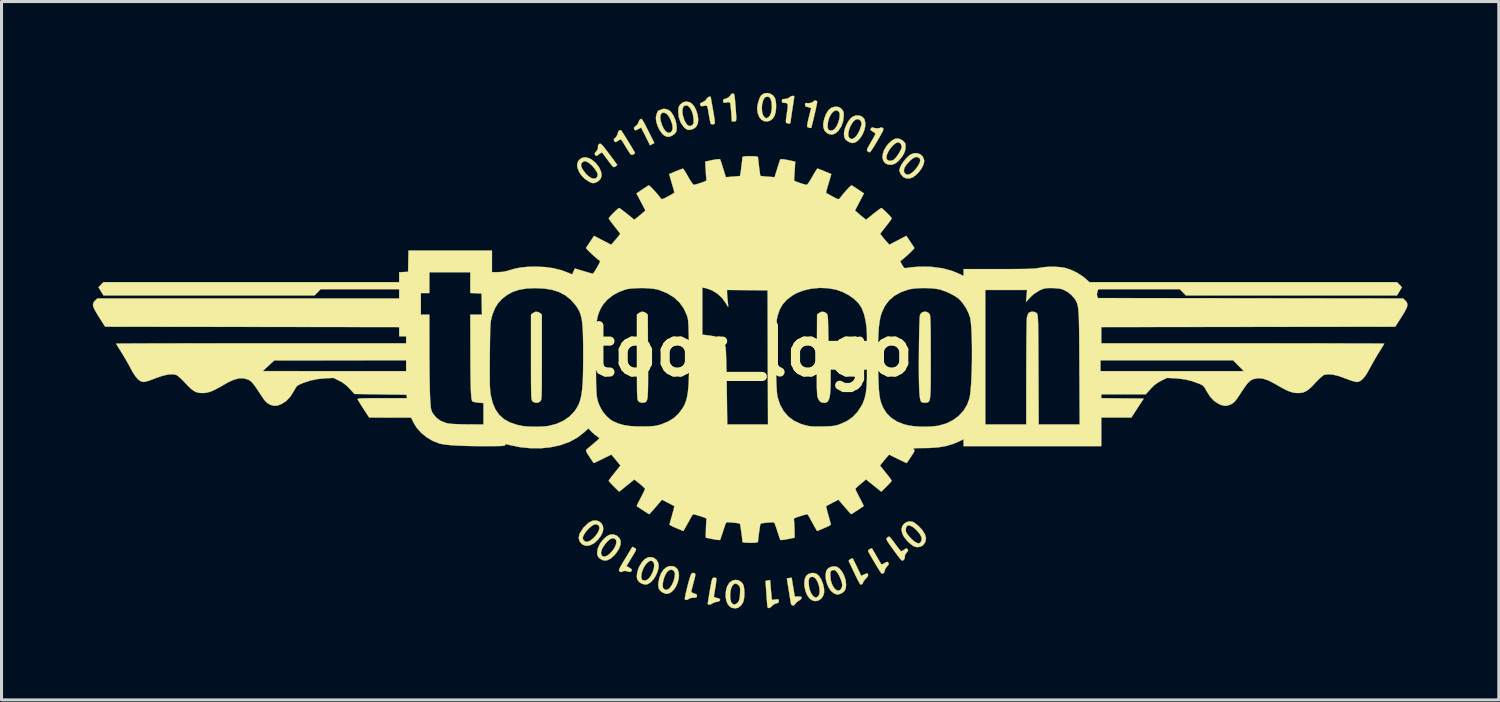
<source format=kicad_pcb>
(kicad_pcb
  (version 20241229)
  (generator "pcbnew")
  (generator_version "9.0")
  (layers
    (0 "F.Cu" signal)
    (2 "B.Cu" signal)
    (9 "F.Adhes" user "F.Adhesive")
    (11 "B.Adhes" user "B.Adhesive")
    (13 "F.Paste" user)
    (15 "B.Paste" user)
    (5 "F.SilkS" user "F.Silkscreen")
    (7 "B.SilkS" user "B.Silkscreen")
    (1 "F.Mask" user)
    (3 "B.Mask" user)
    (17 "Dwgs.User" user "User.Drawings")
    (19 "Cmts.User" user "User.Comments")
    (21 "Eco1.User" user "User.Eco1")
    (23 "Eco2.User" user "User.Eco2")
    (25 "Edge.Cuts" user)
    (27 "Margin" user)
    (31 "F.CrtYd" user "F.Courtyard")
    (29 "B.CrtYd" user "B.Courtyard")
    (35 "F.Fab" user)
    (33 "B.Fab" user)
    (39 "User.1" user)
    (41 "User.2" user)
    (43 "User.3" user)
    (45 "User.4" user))
  (footprint "toor_logo"
    (layer "F.Cu")
    (at 21.595 8.482)
    (property "Reference" "toor_logo" (at 0 0 0) (layer "F.SilkS") (effects (font (size 1.524 1.524) (thickness 0.3))))
    (attr through_hole)
    (fp_poly (pts (xy -3.564 -7.617) (xy -3.538 -7.586) (xy -3.504 -7.53) (xy -3.456 -7.442) (xy -3.392 -7.316) (xy -3.353 -7.24) (xy -3.15 -6.834) (xy -3.221 -6.797) (xy -3.292 -6.76) (xy -3.437 -7.051) (xy -3.582 -7.342) (xy -3.682 -7.29) (xy -3.745 -7.26) (xy -3.778 -7.252) (xy -3.798 -7.268) (xy -3.809 -7.288) (xy -3.82 -7.326) (xy -3.798 -7.361) (xy -3.758 -7.392) (xy -3.698 -7.453) (xy -3.666 -7.522) (xy -3.64 -7.584) (xy -3.604 -7.622) (xy -3.585 -7.626) (xy -3.564 -7.617)) (stroke (width 0.01) (type solid)) (fill yes) (layer "F.SilkS"))
    (fp_poly (pts (xy 1.359 7.448) (xy 1.359 7.448) (xy 1.365 7.474) (xy 1.377 7.541) (xy 1.393 7.638) (xy 1.412 7.755) (xy 1.413 7.76) (xy 1.462 8.065) (xy 1.575 8.065) (xy 1.648 8.068) (xy 1.682 8.083) (xy 1.689 8.109) (xy 1.667 8.15) (xy 1.612 8.192) (xy 1.6 8.198) (xy 1.535 8.242) (xy 1.49 8.292) (xy 1.486 8.299) (xy 1.443 8.347) (xy 1.405 8.357) (xy 1.362 8.344) (xy 1.339 8.298) (xy 1.334 8.274) (xy 1.325 8.219) (xy 1.309 8.126) (xy 1.29 8.006) (xy 1.268 7.871) (xy 1.261 7.832) (xy 1.204 7.472) (xy 1.279 7.457) (xy 1.333 7.448) (xy 1.359 7.448)) (stroke (width 0.01) (type solid)) (fill yes) (layer "F.SilkS"))
    (fp_poly (pts (xy -3.802 6.468) (xy -3.774 6.483) (xy -3.756 6.497) (xy -3.751 6.519) (xy -3.762 6.554) (xy -3.791 6.61) (xy -3.84 6.694) (xy -3.913 6.813) (xy -3.928 6.838) (xy -4.064 7.063) (xy -3.975 7.115) (xy -3.914 7.155) (xy -3.89 7.184) (xy -3.898 7.217) (xy -3.908 7.235) (xy -3.932 7.254) (xy -3.976 7.253) (xy -4.031 7.238) (xy -4.115 7.221) (xy -4.174 7.231) (xy -4.186 7.236) (xy -4.233 7.259) (xy -4.261 7.258) (xy -4.297 7.233) (xy -4.309 7.217) (xy -4.309 7.191) (xy -4.294 7.149) (xy -4.263 7.086) (xy -4.21 6.994) (xy -4.135 6.867) (xy -4.104 6.816) (xy -3.872 6.432) (xy -3.802 6.468)) (stroke (width 0.01) (type solid)) (fill yes) (layer "F.SilkS"))
    (fp_poly (pts (xy 0.657 7.554) (xy 0.663 7.618) (xy 0.67 7.71) (xy 0.673 7.748) (xy 0.682 7.864) (xy 0.691 7.974) (xy 0.7 8.059) (xy 0.701 8.07) (xy 0.714 8.177) (xy 0.827 8.162) (xy 0.896 8.154) (xy 0.929 8.161) (xy 0.939 8.188) (xy 0.94 8.211) (xy 0.931 8.256) (xy 0.894 8.281) (xy 0.851 8.291) (xy 0.771 8.323) (xy 0.723 8.368) (xy 0.672 8.417) (xy 0.624 8.439) (xy 0.597 8.442) (xy 0.579 8.432) (xy 0.567 8.401) (xy 0.559 8.339) (xy 0.551 8.238) (xy 0.549 8.206) (xy 0.539 8.068) (xy 0.529 7.918) (xy 0.519 7.784) (xy 0.517 7.757) (xy 0.502 7.551) (xy 0.575 7.537) (xy 0.628 7.528) (xy 0.653 7.528) (xy 0.657 7.554)) (stroke (width 0.01) (type solid)) (fill yes) (layer "F.SilkS"))
    (fp_poly (pts (xy -3.487 -1.283) (xy -3.425 -1.247) (xy -3.365 -1.198) (xy -3.358 0.08) (xy -3.356 0.399) (xy -3.355 0.671) (xy -3.355 0.901) (xy -3.356 1.091) (xy -3.359 1.245) (xy -3.363 1.369) (xy -3.368 1.465) (xy -3.376 1.537) (xy -3.385 1.59) (xy -3.397 1.627) (xy -3.41 1.652) (xy -3.42 1.664) (xy -3.484 1.696) (xy -3.566 1.699) (xy -3.642 1.673) (xy -3.673 1.648) (xy -3.683 1.635) (xy -3.692 1.617) (xy -3.699 1.591) (xy -3.705 1.551) (xy -3.71 1.495) (xy -3.714 1.418) (xy -3.717 1.316) (xy -3.719 1.185) (xy -3.72 1.021) (xy -3.721 0.819) (xy -3.721 0.576) (xy -3.721 0.288) (xy -3.721 0.198) (xy -3.721 -1.198) (xy -3.661 -1.247) (xy -3.575 -1.29) (xy -3.487 -1.283)) (stroke (width 0.01) (type solid)) (fill yes) (layer "F.SilkS"))
    (fp_poly (pts (xy 3.368 6.814) (xy 3.382 6.839) (xy 3.413 6.901) (xy 3.457 6.99) (xy 3.509 7.098) (xy 3.511 7.103) (xy 3.645 7.383) (xy 3.747 7.338) (xy 3.81 7.311) (xy 3.843 7.306) (xy 3.861 7.322) (xy 3.869 7.337) (xy 3.872 7.377) (xy 3.843 7.426) (xy 3.799 7.473) (xy 3.747 7.533) (xy 3.714 7.585) (xy 3.708 7.604) (xy 3.688 7.647) (xy 3.661 7.669) (xy 3.642 7.674) (xy 3.621 7.664) (xy 3.596 7.634) (xy 3.563 7.577) (xy 3.516 7.487) (xy 3.454 7.359) (xy 3.43 7.308) (xy 3.368 7.178) (xy 3.314 7.064) (xy 3.271 6.972) (xy 3.243 6.913) (xy 3.235 6.894) (xy 3.248 6.869) (xy 3.288 6.839) (xy 3.334 6.816) (xy 3.366 6.813) (xy 3.368 6.814)) (stroke (width 0.01) (type solid)) (fill yes) (layer "F.SilkS"))
    (fp_poly (pts (xy -6.966 -1.283) (xy -6.905 -1.247) (xy -6.845 -1.198) (xy -6.845 0.198) (xy -6.845 0.5) (xy -6.846 0.756) (xy -6.846 0.969) (xy -6.847 1.143) (xy -6.849 1.283) (xy -6.852 1.393) (xy -6.855 1.476) (xy -6.86 1.538) (xy -6.865 1.581) (xy -6.872 1.611) (xy -6.881 1.631) (xy -6.891 1.645) (xy -6.894 1.648) (xy -6.964 1.693) (xy -7.049 1.7) (xy -7.128 1.67) (xy -7.153 1.648) (xy -7.163 1.635) (xy -7.172 1.617) (xy -7.179 1.591) (xy -7.185 1.551) (xy -7.19 1.495) (xy -7.194 1.418) (xy -7.196 1.316) (xy -7.198 1.185) (xy -7.2 1.021) (xy -7.2 0.819) (xy -7.201 0.576) (xy -7.201 0.288) (xy -7.201 0.198) (xy -7.201 -1.198) (xy -7.141 -1.247) (xy -7.054 -1.29) (xy -6.966 -1.283)) (stroke (width 0.01) (type solid)) (fill yes) (layer "F.SilkS"))
    (fp_poly (pts (xy 2.185 -8.213) (xy 2.199 -8.195) (xy 2.197 -8.165) (xy 2.184 -8.095) (xy 2.164 -7.997) (xy 2.138 -7.879) (xy 2.109 -7.753) (xy 2.08 -7.627) (xy 2.052 -7.512) (xy 2.027 -7.416) (xy 2.009 -7.351) (xy 1.998 -7.327) (xy 1.973 -7.329) (xy 1.943 -7.335) (xy 1.891 -7.353) (xy 1.872 -7.365) (xy 1.87 -7.395) (xy 1.879 -7.465) (xy 1.899 -7.563) (xy 1.926 -7.679) (xy 1.927 -7.681) (xy 2.002 -7.979) (xy 1.939 -8.003) (xy 1.877 -8.021) (xy 1.84 -8.026) (xy 1.811 -8.049) (xy 1.803 -8.093) (xy 1.81 -8.14) (xy 1.839 -8.149) (xy 1.864 -8.144) (xy 1.922 -8.141) (xy 1.99 -8.153) (xy 2.05 -8.175) (xy 2.081 -8.201) (xy 2.083 -8.207) (xy 2.102 -8.227) (xy 2.144 -8.228) (xy 2.185 -8.213)) (stroke (width 0.01) (type solid)) (fill yes) (layer "F.SilkS"))
    (fp_poly (pts (xy 4.014 6.506) (xy 4.048 6.564) (xy 4.098 6.649) (xy 4.153 6.744) (xy 4.211 6.845) (xy 4.261 6.929) (xy 4.295 6.987) (xy 4.309 7.009) (xy 4.335 7.004) (xy 4.388 6.98) (xy 4.415 6.965) (xy 4.475 6.933) (xy 4.508 6.926) (xy 4.529 6.943) (xy 4.54 6.958) (xy 4.552 6.994) (xy 4.535 7.032) (xy 4.494 7.076) (xy 4.437 7.151) (xy 4.42 7.216) (xy 4.399 7.281) (xy 4.343 7.313) (xy 4.321 7.315) (xy 4.303 7.294) (xy 4.264 7.237) (xy 4.209 7.151) (xy 4.142 7.042) (xy 4.096 6.964) (xy 4.024 6.843) (xy 3.961 6.734) (xy 3.912 6.648) (xy 3.881 6.591) (xy 3.874 6.575) (xy 3.883 6.535) (xy 3.927 6.506) (xy 3.976 6.486) (xy 4 6.482) (xy 4.014 6.506)) (stroke (width 0.01) (type solid)) (fill yes) (layer "F.SilkS"))
    (fp_poly (pts (xy -1.142 7.448) (xy -1.117 7.459) (xy -1.113 7.491) (xy -1.117 7.562) (xy -1.129 7.661) (xy -1.145 7.76) (xy -1.165 7.875) (xy -1.18 7.972) (xy -1.191 8.041) (xy -1.194 8.068) (xy -1.171 8.089) (xy -1.115 8.108) (xy -1.092 8.112) (xy -1.023 8.13) (xy -0.993 8.158) (xy -0.991 8.176) (xy -1.004 8.209) (xy -1.051 8.229) (xy -1.094 8.237) (xy -1.172 8.255) (xy -1.233 8.284) (xy -1.242 8.291) (xy -1.293 8.32) (xy -1.347 8.33) (xy -1.386 8.32) (xy -1.395 8.299) (xy -1.391 8.265) (xy -1.379 8.189) (xy -1.362 8.082) (xy -1.34 7.952) (xy -1.325 7.861) (xy -1.299 7.71) (xy -1.278 7.601) (xy -1.262 7.528) (xy -1.246 7.483) (xy -1.23 7.459) (xy -1.21 7.449) (xy -1.197 7.446) (xy -1.142 7.448)) (stroke (width 0.01) (type solid)) (fill yes) (layer "F.SilkS"))
    (fp_poly (pts (xy -0.552 -8.456) (xy -0.535 -8.445) (xy -0.523 -8.417) (xy -0.513 -8.364) (xy -0.503 -8.28) (xy -0.492 -8.155) (xy -0.487 -8.084) (xy -0.473 -7.905) (xy -0.463 -7.771) (xy -0.458 -7.675) (xy -0.459 -7.611) (xy -0.466 -7.572) (xy -0.479 -7.552) (xy -0.5 -7.545) (xy -0.528 -7.544) (xy -0.53 -7.544) (xy -0.604 -7.544) (xy -0.62 -7.791) (xy -0.629 -7.907) (xy -0.639 -8.011) (xy -0.648 -8.088) (xy -0.651 -8.111) (xy -0.663 -8.156) (xy -0.686 -8.174) (xy -0.736 -8.173) (xy -0.777 -8.167) (xy -0.846 -8.159) (xy -0.879 -8.165) (xy -0.888 -8.192) (xy -0.889 -8.215) (xy -0.876 -8.268) (xy -0.85 -8.28) (xy -0.782 -8.296) (xy -0.712 -8.336) (xy -0.66 -8.384) (xy -0.648 -8.407) (xy -0.611 -8.45) (xy -0.574 -8.458) (xy -0.552 -8.456)) (stroke (width 0.01) (type solid)) (fill yes) (layer "F.SilkS"))
    (fp_poly (pts (xy -1.826 7.302) (xy -1.821 7.304) (xy -1.807 7.317) (xy -1.803 7.348) (xy -1.812 7.405) (xy -1.833 7.495) (xy -1.858 7.59) (xy -1.888 7.703) (xy -1.913 7.801) (xy -1.931 7.87) (xy -1.937 7.898) (xy -1.918 7.931) (xy -1.855 7.96) (xy -1.846 7.962) (xy -1.786 7.984) (xy -1.753 8.004) (xy -1.751 8.008) (xy -1.752 8.048) (xy -1.753 8.065) (xy -1.768 8.09) (xy -1.819 8.101) (xy -1.865 8.103) (xy -1.95 8.112) (xy -2.009 8.135) (xy -2.016 8.141) (xy -2.071 8.174) (xy -2.124 8.172) (xy -2.147 8.152) (xy -2.147 8.119) (xy -2.134 8.047) (xy -2.112 7.942) (xy -2.082 7.815) (xy -2.055 7.707) (xy -2.013 7.549) (xy -1.979 7.434) (xy -1.952 7.357) (xy -1.926 7.311) (xy -1.899 7.291) (xy -1.867 7.29) (xy -1.826 7.302)) (stroke (width 0.01) (type solid)) (fill yes) (layer "F.SilkS"))
    (fp_poly (pts (xy -1.295 -8.339) (xy -1.295 -8.338) (xy -1.291 -8.307) (xy -1.279 -8.236) (xy -1.26 -8.132) (xy -1.238 -8.004) (xy -1.219 -7.901) (xy -1.191 -7.739) (xy -1.172 -7.62) (xy -1.164 -7.539) (xy -1.164 -7.49) (xy -1.172 -7.466) (xy -1.175 -7.463) (xy -1.236 -7.443) (xy -1.287 -7.459) (xy -1.305 -7.487) (xy -1.315 -7.53) (xy -1.33 -7.61) (xy -1.349 -7.713) (xy -1.359 -7.772) (xy -1.38 -7.899) (xy -1.396 -7.984) (xy -1.412 -8.034) (xy -1.431 -8.058) (xy -1.46 -8.063) (xy -1.501 -8.056) (xy -1.521 -8.052) (xy -1.592 -8.044) (xy -1.628 -8.056) (xy -1.637 -8.07) (xy -1.649 -8.115) (xy -1.633 -8.144) (xy -1.58 -8.169) (xy -1.562 -8.175) (xy -1.481 -8.225) (xy -1.434 -8.282) (xy -1.399 -8.326) (xy -1.353 -8.354) (xy -1.314 -8.361) (xy -1.295 -8.339)) (stroke (width 0.01) (type solid)) (fill yes) (layer "F.SilkS"))
    (fp_poly (pts (xy 4.042 -7.339) (xy 4.102 -7.321) (xy 4.178 -7.316) (xy 4.247 -7.323) (xy 4.281 -7.339) (xy 4.32 -7.345) (xy 4.353 -7.327) (xy 4.369 -7.312) (xy 4.375 -7.292) (xy 4.368 -7.26) (xy 4.347 -7.21) (xy 4.307 -7.135) (xy 4.247 -7.028) (xy 4.179 -6.91) (xy 4.105 -6.786) (xy 4.039 -6.678) (xy 3.983 -6.595) (xy 3.945 -6.543) (xy 3.928 -6.529) (xy 3.885 -6.544) (xy 3.856 -6.562) (xy 3.839 -6.58) (xy 3.836 -6.604) (xy 3.848 -6.644) (xy 3.879 -6.708) (xy 3.933 -6.803) (xy 3.963 -6.856) (xy 4.023 -6.959) (xy 4.071 -7.047) (xy 4.103 -7.109) (xy 4.115 -7.137) (xy 4.095 -7.162) (xy 4.045 -7.198) (xy 4.025 -7.211) (xy 3.97 -7.247) (xy 3.952 -7.276) (xy 3.965 -7.31) (xy 3.967 -7.313) (xy 4.002 -7.347) (xy 4.042 -7.339)) (stroke (width 0.01) (type solid)) (fill yes) (layer "F.SilkS"))
    (fp_poly (pts (xy -4.91 -6.806) (xy -4.879 -6.781) (xy -4.835 -6.734) (xy -4.773 -6.658) (xy -4.689 -6.548) (xy -4.636 -6.478) (xy -4.55 -6.363) (xy -4.475 -6.261) (xy -4.416 -6.181) (xy -4.379 -6.13) (xy -4.369 -6.113) (xy -4.388 -6.093) (xy -4.43 -6.062) (xy -4.457 -6.046) (xy -4.48 -6.043) (xy -4.507 -6.059) (xy -4.544 -6.098) (xy -4.599 -6.166) (xy -4.675 -6.268) (xy -4.747 -6.364) (xy -4.807 -6.445) (xy -4.849 -6.501) (xy -4.867 -6.525) (xy -4.867 -6.525) (xy -4.89 -6.517) (xy -4.939 -6.486) (xy -4.967 -6.465) (xy -5.024 -6.424) (xy -5.056 -6.412) (xy -5.079 -6.426) (xy -5.092 -6.442) (xy -5.11 -6.479) (xy -5.097 -6.514) (xy -5.065 -6.55) (xy -5.016 -6.613) (xy -5 -6.681) (xy -5.002 -6.736) (xy -4.986 -6.78) (xy -4.955 -6.806) (xy -4.934 -6.813) (xy -4.91 -6.806)) (stroke (width 0.01) (type solid)) (fill yes) (layer "F.SilkS"))
    (fp_poly (pts (xy 1.447 -8.364) (xy 1.447 -8.363) (xy 1.444 -8.333) (xy 1.433 -8.261) (xy 1.418 -8.157) (xy 1.399 -8.029) (xy 1.384 -7.938) (xy 1.363 -7.798) (xy 1.345 -7.675) (xy 1.331 -7.578) (xy 1.323 -7.516) (xy 1.321 -7.499) (xy 1.308 -7.475) (xy 1.264 -7.474) (xy 1.213 -7.485) (xy 1.191 -7.492) (xy 1.178 -7.506) (xy 1.172 -7.535) (xy 1.174 -7.586) (xy 1.184 -7.669) (xy 1.202 -7.791) (xy 1.209 -7.839) (xy 1.227 -7.969) (xy 1.234 -8.057) (xy 1.227 -8.111) (xy 1.203 -8.14) (xy 1.161 -8.151) (xy 1.111 -8.153) (xy 1.06 -8.162) (xy 1.042 -8.197) (xy 1.041 -8.217) (xy 1.047 -8.258) (xy 1.074 -8.276) (xy 1.138 -8.28) (xy 1.139 -8.28) (xy 1.236 -8.298) (xy 1.283 -8.331) (xy 1.327 -8.362) (xy 1.381 -8.38) (xy 1.427 -8.382) (xy 1.447 -8.364)) (stroke (width 0.01) (type solid)) (fill yes) (layer "F.SilkS"))
    (fp_poly (pts (xy 4.588 6.116) (xy 4.636 6.169) (xy 4.699 6.248) (xy 4.764 6.337) (xy 4.834 6.432) (xy 4.894 6.51) (xy 4.938 6.561) (xy 4.959 6.579) (xy 4.994 6.565) (xy 5.049 6.531) (xy 5.061 6.524) (xy 5.113 6.489) (xy 5.142 6.485) (xy 5.166 6.507) (xy 5.17 6.512) (xy 5.186 6.548) (xy 5.17 6.585) (xy 5.141 6.617) (xy 5.087 6.693) (xy 5.076 6.781) (xy 5.077 6.797) (xy 5.063 6.833) (xy 5.032 6.868) (xy 5.013 6.882) (xy 4.994 6.885) (xy 4.97 6.871) (xy 4.936 6.836) (xy 4.886 6.775) (xy 4.816 6.683) (xy 4.722 6.554) (xy 4.718 6.548) (xy 4.623 6.417) (xy 4.555 6.321) (xy 4.51 6.252) (xy 4.485 6.205) (xy 4.477 6.174) (xy 4.482 6.152) (xy 4.491 6.14) (xy 4.534 6.105) (xy 4.561 6.096) (xy 4.588 6.116)) (stroke (width 0.01) (type solid)) (fill yes) (layer "F.SilkS"))
    (fp_poly (pts (xy -4.245 -7.251) (xy -4.238 -7.245) (xy -4.216 -7.215) (xy -4.175 -7.152) (xy -4.119 -7.064) (xy -4.055 -6.961) (xy -3.987 -6.85) (xy -3.921 -6.742) (xy -3.863 -6.644) (xy -3.817 -6.566) (xy -3.79 -6.517) (xy -3.785 -6.504) (xy -3.805 -6.481) (xy -3.848 -6.456) (xy -3.884 -6.444) (xy -3.914 -6.451) (xy -3.946 -6.486) (xy -3.994 -6.557) (xy -3.996 -6.56) (xy -4.057 -6.658) (xy -4.12 -6.762) (xy -4.151 -6.814) (xy -4.194 -6.883) (xy -4.23 -6.933) (xy -4.244 -6.948) (xy -4.278 -6.944) (xy -4.332 -6.916) (xy -4.347 -6.906) (xy -4.4 -6.871) (xy -4.429 -6.864) (xy -4.453 -6.886) (xy -4.462 -6.898) (xy -4.484 -6.939) (xy -4.47 -6.967) (xy -4.464 -6.972) (xy -4.406 -7.033) (xy -4.362 -7.109) (xy -4.343 -7.177) (xy -4.343 -7.178) (xy -4.326 -7.227) (xy -4.287 -7.255) (xy -4.245 -7.251)) (stroke (width 0.01) (type solid)) (fill yes) (layer "F.SilkS"))
    (fp_poly (pts (xy 2.168 7.314) (xy 2.256 7.384) (xy 2.33 7.494) (xy 2.388 7.639) (xy 2.427 7.811) (xy 2.427 7.938) (xy 2.392 8.049) (xy 2.328 8.137) (xy 2.243 8.194) (xy 2.144 8.215) (xy 2.042 8.193) (xy 1.949 8.127) (xy 1.872 8.021) (xy 1.815 7.885) (xy 1.783 7.728) (xy 1.778 7.63) (xy 1.78 7.613) (xy 1.919 7.613) (xy 1.939 7.798) (xy 1.996 7.949) (xy 2.049 8.027) (xy 2.111 8.086) (xy 2.164 8.098) (xy 2.22 8.066) (xy 2.235 8.052) (xy 2.271 7.985) (xy 2.283 7.892) (xy 2.274 7.785) (xy 2.248 7.673) (xy 2.207 7.569) (xy 2.156 7.485) (xy 2.097 7.431) (xy 2.049 7.417) (xy 1.981 7.427) (xy 1.941 7.462) (xy 1.922 7.531) (xy 1.919 7.613) (xy 1.78 7.613) (xy 1.793 7.487) (xy 1.839 7.385) (xy 1.918 7.32) (xy 2.031 7.291) (xy 2.072 7.29) (xy 2.168 7.314)) (stroke (width 0.01) (type solid)) (fill yes) (layer "F.SilkS"))
    (fp_poly (pts (xy -4.392 6.06) (xy -4.378 6.069) (xy -4.296 6.144) (xy -4.257 6.242) (xy -4.26 6.357) (xy -4.305 6.485) (xy -4.391 6.622) (xy -4.469 6.714) (xy -4.587 6.819) (xy -4.701 6.874) (xy -4.809 6.88) (xy -4.903 6.842) (xy -4.98 6.779) (xy -5.018 6.71) (xy -5.027 6.632) (xy -4.902 6.632) (xy -4.885 6.708) (xy -4.839 6.748) (xy -4.77 6.751) (xy -4.687 6.715) (xy -4.632 6.674) (xy -4.535 6.575) (xy -4.462 6.472) (xy -4.415 6.372) (xy -4.396 6.283) (xy -4.406 6.211) (xy -4.446 6.163) (xy -4.514 6.147) (xy -4.583 6.169) (xy -4.662 6.227) (xy -4.741 6.31) (xy -4.813 6.407) (xy -4.869 6.507) (xy -4.899 6.6) (xy -4.902 6.632) (xy -5.027 6.632) (xy -5.029 6.619) (xy -5.029 6.618) (xy -5.004 6.477) (xy -4.936 6.33) (xy -4.837 6.199) (xy -4.72 6.091) (xy -4.609 6.033) (xy -4.501 6.023) (xy -4.392 6.06)) (stroke (width 0.01) (type solid)) (fill yes) (layer "F.SilkS"))
    (fp_poly (pts (xy -5.3 -6.338) (xy -5.186 -6.274) (xy -5.076 -6.177) (xy -4.978 -6.053) (xy -4.952 -6.01) (xy -4.895 -5.877) (xy -4.883 -5.758) (xy -4.916 -5.658) (xy -4.993 -5.579) (xy -5.038 -5.553) (xy -5.114 -5.522) (xy -5.172 -5.516) (xy -5.235 -5.535) (xy -5.296 -5.565) (xy -5.439 -5.66) (xy -5.554 -5.785) (xy -5.616 -5.88) (xy -5.673 -6.014) (xy -5.681 -6.093) (xy -5.558 -6.093) (xy -5.526 -6.005) (xy -5.484 -5.935) (xy -5.395 -5.82) (xy -5.302 -5.734) (xy -5.212 -5.68) (xy -5.131 -5.661) (xy -5.065 -5.678) (xy -5.024 -5.728) (xy -5.009 -5.787) (xy -5.023 -5.848) (xy -5.035 -5.874) (xy -5.099 -5.978) (xy -5.185 -6.08) (xy -5.278 -6.165) (xy -5.347 -6.209) (xy -5.41 -6.235) (xy -5.451 -6.237) (xy -5.495 -6.215) (xy -5.501 -6.212) (xy -5.549 -6.16) (xy -5.558 -6.093) (xy -5.681 -6.093) (xy -5.685 -6.133) (xy -5.653 -6.235) (xy -5.578 -6.315) (xy -5.511 -6.35) (xy -5.412 -6.365) (xy -5.3 -6.338)) (stroke (width 0.01) (type solid)) (fill yes) (layer "F.SilkS"))
    (fp_poly (pts (xy -4.977 5.59) (xy -4.896 5.649) (xy -4.842 5.739) (xy -4.826 5.841) (xy -4.847 5.951) (xy -4.906 6.071) (xy -4.993 6.188) (xy -5.099 6.29) (xy -5.155 6.329) (xy -5.282 6.388) (xy -5.398 6.398) (xy -5.503 6.359) (xy -5.534 6.336) (xy -5.607 6.245) (xy -5.631 6.148) (xy -5.503 6.148) (xy -5.491 6.185) (xy -5.476 6.211) (xy -5.42 6.262) (xy -5.347 6.268) (xy -5.254 6.229) (xy -5.247 6.224) (xy -5.158 6.154) (xy -5.074 6.062) (xy -5.006 5.962) (xy -4.963 5.867) (xy -4.953 5.811) (xy -4.972 5.737) (xy -5.029 5.697) (xy -5.082 5.69) (xy -5.147 5.709) (xy -5.227 5.762) (xy -5.312 5.837) (xy -5.391 5.924) (xy -5.451 6.014) (xy -5.462 6.034) (xy -5.493 6.104) (xy -5.503 6.148) (xy -5.631 6.148) (xy -5.633 6.139) (xy -5.61 6.02) (xy -5.594 5.984) (xy -5.481 5.807) (xy -5.328 5.657) (xy -5.299 5.635) (xy -5.188 5.579) (xy -5.078 5.565) (xy -4.977 5.59)) (stroke (width 0.01) (type solid)) (fill yes) (layer "F.SilkS"))
    (fp_poly (pts (xy -2.544 7.066) (xy -2.468 7.093) (xy -2.396 7.155) (xy -2.354 7.247) (xy -2.34 7.359) (xy -2.351 7.483) (xy -2.384 7.609) (xy -2.437 7.73) (xy -2.505 7.835) (xy -2.588 7.917) (xy -2.681 7.966) (xy -2.748 7.976) (xy -2.809 7.962) (xy -2.88 7.93) (xy -2.888 7.926) (xy -2.965 7.866) (xy -3.007 7.793) (xy -3.02 7.695) (xy -3.018 7.669) (xy -2.875 7.669) (xy -2.87 7.759) (xy -2.848 7.807) (xy -2.789 7.844) (xy -2.718 7.839) (xy -2.65 7.792) (xy -2.649 7.791) (xy -2.579 7.693) (xy -2.522 7.573) (xy -2.485 7.447) (xy -2.472 7.334) (xy -2.477 7.286) (xy -2.514 7.215) (xy -2.576 7.183) (xy -2.656 7.196) (xy -2.669 7.202) (xy -2.729 7.255) (xy -2.783 7.341) (xy -2.828 7.447) (xy -2.86 7.561) (xy -2.875 7.669) (xy -3.018 7.669) (xy -3.016 7.621) (xy -2.985 7.45) (xy -2.929 7.304) (xy -2.852 7.188) (xy -2.759 7.107) (xy -2.655 7.065) (xy -2.544 7.066)) (stroke (width 0.01) (type solid)) (fill yes) (layer "F.SilkS"))
    (fp_poly (pts (xy 0.652 -8.458) (xy 0.743 -8.403) (xy 0.805 -8.326) (xy 0.835 -8.234) (xy 0.85 -8.11) (xy 0.849 -7.974) (xy 0.832 -7.841) (xy 0.804 -7.74) (xy 0.742 -7.636) (xy 0.655 -7.569) (xy 0.554 -7.541) (xy 0.449 -7.555) (xy 0.361 -7.607) (xy 0.298 -7.687) (xy 0.252 -7.801) (xy 0.23 -7.931) (xy 0.229 -7.969) (xy 0.229 -7.975) (xy 0.381 -7.975) (xy 0.394 -7.83) (xy 0.432 -7.725) (xy 0.493 -7.661) (xy 0.529 -7.647) (xy 0.555 -7.656) (xy 0.588 -7.673) (xy 0.646 -7.731) (xy 0.687 -7.832) (xy 0.709 -7.966) (xy 0.711 -8.04) (xy 0.701 -8.178) (xy 0.672 -8.28) (xy 0.627 -8.34) (xy 0.577 -8.356) (xy 0.518 -8.348) (xy 0.49 -8.336) (xy 0.448 -8.286) (xy 0.413 -8.198) (xy 0.389 -8.089) (xy 0.381 -7.975) (xy 0.229 -7.975) (xy 0.238 -8.061) (xy 0.262 -8.169) (xy 0.296 -8.274) (xy 0.334 -8.36) (xy 0.361 -8.4) (xy 0.447 -8.459) (xy 0.548 -8.477) (xy 0.652 -8.458)) (stroke (width 0.01) (type solid)) (fill yes) (layer "F.SilkS"))
    (fp_poly (pts (xy 2.896 -8.018) (xy 2.959 -7.988) (xy 2.999 -7.952) (xy 3.044 -7.9) (xy 3.066 -7.845) (xy 3.073 -7.767) (xy 3.073 -7.739) (xy 3.052 -7.547) (xy 2.99 -7.375) (xy 2.89 -7.23) (xy 2.882 -7.221) (xy 2.785 -7.141) (xy 2.689 -7.111) (xy 2.589 -7.128) (xy 2.522 -7.162) (xy 2.445 -7.237) (xy 2.404 -7.343) (xy 2.401 -7.432) (xy 2.543 -7.432) (xy 2.544 -7.339) (xy 2.564 -7.277) (xy 2.57 -7.269) (xy 2.631 -7.241) (xy 2.705 -7.25) (xy 2.771 -7.292) (xy 2.831 -7.373) (xy 2.882 -7.478) (xy 2.919 -7.595) (xy 2.939 -7.707) (xy 2.938 -7.8) (xy 2.925 -7.842) (xy 2.875 -7.896) (xy 2.813 -7.906) (xy 2.745 -7.877) (xy 2.677 -7.812) (xy 2.617 -7.714) (xy 2.592 -7.656) (xy 2.559 -7.542) (xy 2.543 -7.432) (xy 2.401 -7.432) (xy 2.4 -7.476) (xy 2.432 -7.631) (xy 2.492 -7.785) (xy 2.569 -7.911) (xy 2.661 -7.99) (xy 2.772 -8.024) (xy 2.811 -8.026) (xy 2.896 -8.018)) (stroke (width 0.01) (type solid)) (fill yes) (layer "F.SilkS"))
    (fp_poly (pts (xy 5.509 -6.495) (xy 5.604 -6.452) (xy 5.675 -6.377) (xy 5.712 -6.276) (xy 5.715 -6.233) (xy 5.694 -6.13) (xy 5.638 -6.014) (xy 5.555 -5.897) (xy 5.454 -5.791) (xy 5.349 -5.712) (xy 5.241 -5.671) (xy 5.132 -5.671) (xy 5.036 -5.713) (xy 5.025 -5.721) (xy 4.943 -5.815) (xy 4.904 -5.914) (xy 4.903 -5.926) (xy 5.045 -5.926) (xy 5.069 -5.847) (xy 5.071 -5.844) (xy 5.13 -5.799) (xy 5.207 -5.799) (xy 5.285 -5.836) (xy 5.37 -5.906) (xy 5.451 -5.998) (xy 5.521 -6.097) (xy 5.57 -6.192) (xy 5.588 -6.267) (xy 5.588 -6.267) (xy 5.567 -6.333) (xy 5.506 -6.369) (xy 5.455 -6.375) (xy 5.392 -6.359) (xy 5.315 -6.308) (xy 5.255 -6.256) (xy 5.139 -6.132) (xy 5.069 -6.022) (xy 5.045 -5.926) (xy 4.903 -5.926) (xy 4.902 -5.943) (xy 4.921 -6.025) (xy 4.971 -6.126) (xy 5.043 -6.234) (xy 5.129 -6.336) (xy 5.22 -6.42) (xy 5.288 -6.466) (xy 5.401 -6.502) (xy 5.509 -6.495)) (stroke (width 0.01) (type solid)) (fill yes) (layer "F.SilkS"))
    (fp_poly (pts (xy 5.786 -1.289) (xy 5.858 -1.254) (xy 5.9 -1.199) (xy 5.907 -1.168) (xy 5.913 -1.107) (xy 5.918 -1.015) (xy 5.923 -0.888) (xy 5.926 -0.723) (xy 5.928 -0.517) (xy 5.93 -0.268) (xy 5.93 0.027) (xy 5.931 0.203) (xy 5.931 0.514) (xy 5.93 0.779) (xy 5.929 1) (xy 5.927 1.182) (xy 5.923 1.328) (xy 5.917 1.444) (xy 5.908 1.531) (xy 5.896 1.595) (xy 5.88 1.639) (xy 5.86 1.668) (xy 5.836 1.684) (xy 5.807 1.692) (xy 5.772 1.695) (xy 5.751 1.697) (xy 5.66 1.692) (xy 5.615 1.665) (xy 5.596 1.628) (xy 5.58 1.565) (xy 5.567 1.473) (xy 5.557 1.348) (xy 5.549 1.188) (xy 5.544 0.99) (xy 5.541 0.751) (xy 5.54 0.469) (xy 5.542 0.139) (xy 5.543 0.025) (xy 5.546 -0.291) (xy 5.55 -0.558) (xy 5.555 -0.776) (xy 5.561 -0.949) (xy 5.567 -1.076) (xy 5.574 -1.159) (xy 5.582 -1.199) (xy 5.632 -1.261) (xy 5.706 -1.291) (xy 5.786 -1.289)) (stroke (width 0.01) (type solid)) (fill yes) (layer "F.SilkS"))
    (fp_poly (pts (xy -0.398 7.527) (xy -0.305 7.577) (xy -0.239 7.654) (xy -0.211 7.731) (xy -0.195 7.842) (xy -0.191 7.968) (xy -0.198 8.095) (xy -0.218 8.205) (xy -0.235 8.256) (xy -0.305 8.364) (xy -0.396 8.432) (xy -0.498 8.455) (xy -0.606 8.432) (xy -0.659 8.403) (xy -0.732 8.325) (xy -0.782 8.212) (xy -0.806 8.077) (xy -0.805 7.988) (xy -0.659 7.988) (xy -0.656 8.115) (xy -0.635 8.222) (xy -0.621 8.258) (xy -0.57 8.315) (xy -0.507 8.326) (xy -0.438 8.292) (xy -0.396 8.247) (xy -0.367 8.196) (xy -0.349 8.128) (xy -0.338 8.032) (xy -0.334 7.962) (xy -0.331 7.857) (xy -0.333 7.788) (xy -0.345 7.743) (xy -0.367 7.709) (xy -0.388 7.687) (xy -0.458 7.64) (xy -0.521 7.644) (xy -0.579 7.698) (xy -0.612 7.757) (xy -0.644 7.863) (xy -0.659 7.988) (xy -0.805 7.988) (xy -0.804 7.929) (xy -0.774 7.781) (xy -0.751 7.718) (xy -0.686 7.614) (xy -0.599 7.547) (xy -0.499 7.518) (xy -0.398 7.527)) (stroke (width 0.01) (type solid)) (fill yes) (layer "F.SilkS"))
    (fp_poly (pts (xy 4.966 -6.944) (xy 5.018 -6.904) (xy 5.071 -6.854) (xy 5.097 -6.812) (xy 5.104 -6.757) (xy 5.101 -6.681) (xy 5.085 -6.577) (xy 5.049 -6.485) (xy 4.998 -6.4) (xy 4.885 -6.257) (xy 4.769 -6.163) (xy 4.65 -6.119) (xy 4.53 -6.126) (xy 4.529 -6.126) (xy 4.434 -6.173) (xy 4.373 -6.251) (xy 4.346 -6.352) (xy 4.346 -6.355) (xy 4.472 -6.355) (xy 4.493 -6.289) (xy 4.55 -6.254) (xy 4.597 -6.248) (xy 4.67 -6.263) (xy 4.717 -6.286) (xy 4.77 -6.338) (xy 4.831 -6.416) (xy 4.892 -6.508) (xy 4.942 -6.599) (xy 4.973 -6.674) (xy 4.978 -6.707) (xy 4.959 -6.786) (xy 4.909 -6.84) (xy 4.85 -6.858) (xy 4.791 -6.837) (xy 4.718 -6.782) (xy 4.64 -6.702) (xy 4.569 -6.607) (xy 4.545 -6.568) (xy 4.49 -6.449) (xy 4.472 -6.355) (xy 4.346 -6.355) (xy 4.354 -6.47) (xy 4.397 -6.598) (xy 4.474 -6.729) (xy 4.536 -6.806) (xy 4.652 -6.914) (xy 4.761 -6.973) (xy 4.864 -6.982) (xy 4.966 -6.944)) (stroke (width 0.01) (type solid)) (fill yes) (layer "F.SilkS"))
    (fp_poly (pts (xy -3.168 6.794) (xy -3.075 6.863) (xy -3.02 6.963) (xy -3.007 7.084) (xy -3.011 7.12) (xy -3.048 7.26) (xy -3.109 7.392) (xy -3.187 7.508) (xy -3.274 7.599) (xy -3.365 7.656) (xy -3.435 7.671) (xy -3.514 7.657) (xy -3.595 7.624) (xy -3.601 7.62) (xy -3.664 7.567) (xy -3.708 7.506) (xy -3.711 7.499) (xy -3.721 7.435) (xy -3.58 7.435) (xy -3.56 7.502) (xy -3.551 7.513) (xy -3.49 7.542) (xy -3.416 7.53) (xy -3.342 7.481) (xy -3.335 7.474) (xy -3.261 7.376) (xy -3.204 7.264) (xy -3.167 7.15) (xy -3.153 7.045) (xy -3.166 6.961) (xy -3.19 6.923) (xy -3.24 6.889) (xy -3.293 6.893) (xy -3.362 6.937) (xy -3.375 6.948) (xy -3.444 7.025) (xy -3.503 7.124) (xy -3.548 7.233) (xy -3.575 7.341) (xy -3.58 7.435) (xy -3.721 7.435) (xy -3.726 7.402) (xy -3.712 7.278) (xy -3.672 7.144) (xy -3.641 7.074) (xy -3.552 6.929) (xy -3.454 6.829) (xy -3.349 6.775) (xy -3.241 6.77) (xy -3.168 6.794)) (stroke (width 0.01) (type solid)) (fill yes) (layer "F.SilkS"))
    (fp_poly (pts (xy -1.988 -8.173) (xy -1.972 -8.166) (xy -1.891 -8.103) (xy -1.82 -8.003) (xy -1.763 -7.877) (xy -1.724 -7.74) (xy -1.708 -7.604) (xy -1.72 -7.482) (xy -1.727 -7.455) (xy -1.783 -7.361) (xy -1.873 -7.295) (xy -1.984 -7.265) (xy -2.004 -7.264) (xy -2.069 -7.274) (xy -2.129 -7.311) (xy -2.185 -7.364) (xy -2.284 -7.505) (xy -2.344 -7.676) (xy -2.362 -7.864) (xy -2.362 -7.867) (xy -2.229 -7.867) (xy -2.215 -7.749) (xy -2.175 -7.616) (xy -2.158 -7.572) (xy -2.098 -7.464) (xy -2.033 -7.403) (xy -1.966 -7.391) (xy -1.898 -7.428) (xy -1.891 -7.434) (xy -1.867 -7.47) (xy -1.857 -7.524) (xy -1.859 -7.609) (xy -1.861 -7.637) (xy -1.884 -7.778) (xy -1.926 -7.901) (xy -1.983 -7.998) (xy -2.049 -8.056) (xy -2.066 -8.064) (xy -2.138 -8.069) (xy -2.19 -8.034) (xy -2.221 -7.964) (xy -2.229 -7.867) (xy -2.362 -7.867) (xy -2.359 -7.961) (xy -2.344 -8.026) (xy -2.313 -8.08) (xy -2.297 -8.1) (xy -2.207 -8.172) (xy -2.102 -8.197) (xy -1.988 -8.173)) (stroke (width 0.01) (type solid)) (fill yes) (layer "F.SilkS"))
    (fp_poly (pts (xy 3.658 -7.71) (xy 3.733 -7.645) (xy 3.754 -7.608) (xy 3.781 -7.498) (xy 3.776 -7.373) (xy 3.743 -7.241) (xy 3.689 -7.114) (xy 3.616 -6.999) (xy 3.532 -6.908) (xy 3.439 -6.849) (xy 3.36 -6.833) (xy 3.308 -6.844) (xy 3.239 -6.871) (xy 3.226 -6.877) (xy 3.141 -6.937) (xy 3.094 -7.017) (xy 3.08 -7.126) (xy 3.081 -7.14) (xy 3.221 -7.14) (xy 3.226 -7.055) (xy 3.259 -6.998) (xy 3.263 -6.995) (xy 3.321 -6.965) (xy 3.374 -6.97) (xy 3.436 -7.014) (xy 3.466 -7.042) (xy 3.524 -7.118) (xy 3.58 -7.222) (xy 3.626 -7.335) (xy 3.653 -7.436) (xy 3.658 -7.479) (xy 3.635 -7.555) (xy 3.578 -7.606) (xy 3.518 -7.62) (xy 3.452 -7.598) (xy 3.386 -7.538) (xy 3.326 -7.451) (xy 3.275 -7.349) (xy 3.239 -7.242) (xy 3.221 -7.14) (xy 3.081 -7.14) (xy 3.083 -7.183) (xy 3.109 -7.302) (xy 3.16 -7.431) (xy 3.228 -7.552) (xy 3.304 -7.649) (xy 3.352 -7.69) (xy 3.455 -7.735) (xy 3.562 -7.741) (xy 3.658 -7.71)) (stroke (width 0.01) (type solid)) (fill yes) (layer "F.SilkS"))
    (fp_poly (pts (xy 5.341 5.611) (xy 5.396 5.642) (xy 5.47 5.697) (xy 5.54 5.758) (xy 5.663 5.893) (xy 5.741 6.024) (xy 5.773 6.147) (xy 5.758 6.259) (xy 5.695 6.359) (xy 5.671 6.383) (xy 5.584 6.43) (xy 5.479 6.442) (xy 5.379 6.417) (xy 5.372 6.413) (xy 5.278 6.348) (xy 5.177 6.256) (xy 5.087 6.153) (xy 5.024 6.058) (xy 4.99 5.97) (xy 4.972 5.879) (xy 4.971 5.86) (xy 4.976 5.841) (xy 5.11 5.841) (xy 5.114 5.923) (xy 5.116 5.933) (xy 5.147 5.994) (xy 5.206 6.073) (xy 5.281 6.155) (xy 5.36 6.229) (xy 5.43 6.28) (xy 5.448 6.289) (xy 5.508 6.314) (xy 5.541 6.32) (xy 5.568 6.304) (xy 5.592 6.283) (xy 5.633 6.215) (xy 5.629 6.128) (xy 5.582 6.028) (xy 5.566 6.005) (xy 5.466 5.885) (xy 5.367 5.796) (xy 5.274 5.741) (xy 5.195 5.725) (xy 5.169 5.731) (xy 5.13 5.771) (xy 5.11 5.841) (xy 4.976 5.841) (xy 4.994 5.758) (xy 5.055 5.674) (xy 5.142 5.617) (xy 5.245 5.595) (xy 5.341 5.611)) (stroke (width 0.01) (type solid)) (fill yes) (layer "F.SilkS"))
    (fp_poly (pts (xy 2.849 7.089) (xy 2.937 7.149) (xy 3.018 7.249) (xy 3.084 7.375) (xy 3.13 7.515) (xy 3.149 7.659) (xy 3.15 7.678) (xy 3.136 7.802) (xy 3.091 7.891) (xy 3.011 7.952) (xy 2.982 7.966) (xy 2.904 7.993) (xy 2.845 7.996) (xy 2.779 7.973) (xy 2.755 7.962) (xy 2.663 7.891) (xy 2.586 7.785) (xy 2.526 7.656) (xy 2.488 7.516) (xy 2.475 7.378) (xy 2.476 7.368) (xy 2.631 7.368) (xy 2.631 7.392) (xy 2.644 7.52) (xy 2.677 7.637) (xy 2.725 7.736) (xy 2.782 7.812) (xy 2.845 7.859) (xy 2.907 7.87) (xy 2.964 7.84) (xy 2.983 7.818) (xy 3.014 7.747) (xy 3.023 7.692) (xy 3.009 7.603) (xy 2.974 7.493) (xy 2.924 7.381) (xy 2.869 7.287) (xy 2.844 7.256) (xy 2.795 7.206) (xy 2.756 7.19) (xy 2.707 7.201) (xy 2.701 7.202) (xy 2.662 7.219) (xy 2.641 7.244) (xy 2.632 7.289) (xy 2.631 7.368) (xy 2.476 7.368) (xy 2.491 7.254) (xy 2.525 7.176) (xy 2.589 7.118) (xy 2.681 7.082) (xy 2.781 7.073) (xy 2.849 7.089)) (stroke (width 0.01) (type solid)) (fill yes) (layer "F.SilkS"))
    (fp_poly (pts (xy -2.787 -7.953) (xy -2.735 -7.938) (xy -2.669 -7.91) (xy -2.618 -7.872) (xy -2.571 -7.812) (xy -2.517 -7.721) (xy -2.498 -7.684) (xy -2.455 -7.578) (xy -2.427 -7.458) (xy -2.415 -7.34) (xy -2.421 -7.24) (xy -2.437 -7.191) (xy -2.492 -7.127) (xy -2.574 -7.072) (xy -2.66 -7.04) (xy -2.692 -7.037) (xy -2.762 -7.051) (xy -2.821 -7.078) (xy -2.901 -7.15) (xy -2.976 -7.258) (xy -3.039 -7.386) (xy -3.082 -7.52) (xy -3.099 -7.645) (xy -3.099 -7.647) (xy -3.094 -7.689) (xy -2.958 -7.689) (xy -2.946 -7.58) (xy -2.903 -7.435) (xy -2.849 -7.317) (xy -2.787 -7.23) (xy -2.722 -7.178) (xy -2.657 -7.166) (xy -2.599 -7.198) (xy -2.576 -7.227) (xy -2.547 -7.316) (xy -2.558 -7.436) (xy -2.609 -7.585) (xy -2.632 -7.636) (xy -2.697 -7.742) (xy -2.768 -7.808) (xy -2.837 -7.834) (xy -2.897 -7.822) (xy -2.939 -7.773) (xy -2.958 -7.689) (xy -3.094 -7.689) (xy -3.091 -7.714) (xy -3.072 -7.789) (xy -3.047 -7.855) (xy -3.022 -7.894) (xy -3.012 -7.899) (xy -2.985 -7.908) (xy -2.93 -7.93) (xy -2.918 -7.935) (xy -2.849 -7.957) (xy -2.787 -7.953)) (stroke (width 0.01) (type solid)) (fill yes) (layer "F.SilkS"))
    (fp_poly (pts (xy 0.125 -6.399) (xy 0.206 -6.392) (xy 0.247 -6.381) (xy 0.255 -6.369) (xy 0.259 -6.32) (xy 0.268 -6.239) (xy 0.28 -6.138) (xy 0.293 -6.029) (xy 0.307 -5.924) (xy 0.319 -5.836) (xy 0.329 -5.775) (xy 0.334 -5.754) (xy 0.361 -5.749) (xy 0.428 -5.741) (xy 0.521 -5.733) (xy 0.572 -5.729) (xy 0.8 -5.712) (xy 0.887 -5.991) (xy 0.922 -6.104) (xy 0.954 -6.2) (xy 0.977 -6.268) (xy 0.989 -6.296) (xy 1.022 -6.304) (xy 1.103 -6.298) (xy 1.228 -6.276) (xy 1.396 -6.24) (xy 1.419 -6.235) (xy 1.479 -6.221) (xy 1.461 -5.923) (xy 1.453 -5.805) (xy 1.447 -5.705) (xy 1.442 -5.635) (xy 1.439 -5.606) (xy 1.459 -5.59) (xy 1.515 -5.565) (xy 1.594 -5.535) (xy 1.681 -5.505) (xy 1.764 -5.48) (xy 1.829 -5.464) (xy 1.854 -5.461) (xy 1.883 -5.483) (xy 1.928 -5.543) (xy 1.987 -5.635) (xy 2.041 -5.728) (xy 2.099 -5.831) (xy 2.151 -5.916) (xy 2.189 -5.973) (xy 2.209 -5.994) (xy 2.209 -5.994) (xy 2.24 -5.985) (xy 2.307 -5.96) (xy 2.397 -5.924) (xy 2.446 -5.904) (xy 2.663 -5.813) (xy 2.617 -5.656) (xy 2.584 -5.541) (xy 2.547 -5.417) (xy 2.528 -5.351) (xy 2.506 -5.272) (xy 2.494 -5.216) (xy 2.493 -5.196) (xy 2.518 -5.181) (xy 2.577 -5.148) (xy 2.659 -5.103) (xy 2.702 -5.079) (xy 2.797 -5.028) (xy 2.858 -4.999) (xy 2.895 -4.989) (xy 2.919 -4.996) (xy 2.94 -5.018) (xy 2.943 -5.022) (xy 3.061 -5.167) (xy 3.163 -5.286) (xy 3.244 -5.374) (xy 3.303 -5.427) (xy 3.335 -5.444) (xy 3.337 -5.443) (xy 3.37 -5.422) (xy 3.434 -5.381) (xy 3.516 -5.326) (xy 3.551 -5.303) (xy 3.736 -5.179) (xy 3.442 -4.617) (xy 3.543 -4.529) (xy 3.621 -4.462) (xy 3.698 -4.399) (xy 3.726 -4.377) (xy 3.807 -4.314) (xy 4.046 -4.507) (xy 4.141 -4.581) (xy 4.222 -4.642) (xy 4.281 -4.684) (xy 4.309 -4.699) (xy 4.309 -4.699) (xy 4.337 -4.682) (xy 4.388 -4.637) (xy 4.454 -4.575) (xy 4.522 -4.506) (xy 4.585 -4.441) (xy 4.63 -4.388) (xy 4.648 -4.359) (xy 4.648 -4.359) (xy 4.633 -4.331) (xy 4.593 -4.273) (xy 4.533 -4.192) (xy 4.46 -4.097) (xy 4.458 -4.096) (xy 4.269 -3.854) (xy 4.317 -3.788) (xy 4.362 -3.731) (xy 4.424 -3.657) (xy 4.468 -3.607) (xy 4.569 -3.493) (xy 4.85 -3.638) (xy 5.13 -3.784) (xy 5.253 -3.6) (xy 5.31 -3.514) (xy 5.358 -3.441) (xy 5.388 -3.396) (xy 5.393 -3.387) (xy 5.38 -3.364) (xy 5.336 -3.315) (xy 5.27 -3.249) (xy 5.19 -3.173) (xy 5.104 -3.096) (xy 5.02 -3.024) (xy 4.946 -2.967) (xy 4.931 -2.955) (xy 4.937 -2.932) (xy 4.964 -2.878) (xy 4.99 -2.831) (xy 5.032 -2.763) (xy 5.065 -2.73) (xy 5.103 -2.723) (xy 5.152 -2.731) (xy 5.301 -2.752) (xy 5.482 -2.766) (xy 5.678 -2.772) (xy 5.871 -2.769) (xy 5.971 -2.764) (xy 6.312 -2.719) (xy 6.618 -2.638) (xy 6.826 -2.554) (xy 7.01 -2.466) (xy 7.01 -2.692) (xy 8.172 -2.693) (xy 8.458 -2.693) (xy 8.698 -2.694) (xy 8.897 -2.696) (xy 9.059 -2.698) (xy 9.189 -2.702) (xy 9.292 -2.707) (xy 9.374 -2.713) (xy 9.437 -2.721) (xy 9.488 -2.73) (xy 9.5 -2.732) (xy 9.648 -2.756) (xy 9.826 -2.769) (xy 10.014 -2.768) (xy 10.192 -2.756) (xy 10.338 -2.733) (xy 10.535 -2.669) (xy 10.736 -2.573) (xy 10.92 -2.455) (xy 11.006 -2.385) (xy 11.146 -2.261) (xy 16.198 -2.261) (xy 21.25 -2.261) (xy 21.329 -2.178) (xy 21.409 -2.095) (xy 21.328 -1.962) (xy 21.248 -1.829) (xy 14.311 -1.829) (xy 14.211 -1.93) (xy 14.112 -2.032) (xy 11.436 -2.032) (xy 11.405 -1.957) (xy 11.388 -1.86) (xy 11.398 -1.811) (xy 11.422 -1.74) (xy 21.448 -1.727) (xy 21.519 -1.659) (xy 21.564 -1.608) (xy 21.587 -1.555) (xy 21.587 -1.493) (xy 21.563 -1.414) (xy 21.512 -1.313) (xy 21.433 -1.18) (xy 21.39 -1.113) (xy 21.19 -0.8) (xy 11.532 -0.787) (xy 11.532 -0.254) (xy 16.18 -0.254) (xy 16.662 -0.254) (xy 17.13 -0.254) (xy 17.582 -0.253) (xy 18.014 -0.253) (xy 18.426 -0.253) (xy 18.814 -0.252) (xy 19.175 -0.251) (xy 19.508 -0.25) (xy 19.809 -0.25) (xy 20.076 -0.249) (xy 20.307 -0.248) (xy 20.498 -0.247) (xy 20.649 -0.246) (xy 20.755 -0.244) (xy 20.815 -0.243) (xy 20.828 -0.242) (xy 20.815 -0.218) (xy 20.78 -0.159) (xy 20.728 -0.074) (xy 20.664 0.029) (xy 20.653 0.046) (xy 20.569 0.183) (xy 20.48 0.337) (xy 20.397 0.485) (xy 20.347 0.579) (xy 20.247 0.756) (xy 20.152 0.886) (xy 20.061 0.97) (xy 19.972 1.011) (xy 19.926 1.016) (xy 19.868 1.006) (xy 19.776 0.981) (xy 19.664 0.942) (xy 19.552 0.899) (xy 19.335 0.821) (xy 19.146 0.775) (xy 18.987 0.762) (xy 18.863 0.781) (xy 18.847 0.787) (xy 18.8 0.818) (xy 18.729 0.879) (xy 18.645 0.96) (xy 18.563 1.046) (xy 18.442 1.174) (xy 18.34 1.265) (xy 18.249 1.326) (xy 18.159 1.362) (xy 18.061 1.377) (xy 17.975 1.379) (xy 17.887 1.372) (xy 17.798 1.354) (xy 17.701 1.322) (xy 17.588 1.271) (xy 17.451 1.199) (xy 17.282 1.103) (xy 17.225 1.069) (xy 17.026 0.966) (xy 16.849 0.907) (xy 16.689 0.892) (xy 16.542 0.919) (xy 16.494 0.938) (xy 16.446 0.963) (xy 16.401 0.997) (xy 16.353 1.045) (xy 16.297 1.114) (xy 16.228 1.21) (xy 16.141 1.339) (xy 16.07 1.448) (xy 15.992 1.563) (xy 15.931 1.643) (xy 15.876 1.697) (xy 15.819 1.736) (xy 15.8 1.746) (xy 15.687 1.79) (xy 15.582 1.799) (xy 15.468 1.77) (xy 15.401 1.742) (xy 15.246 1.643) (xy 15.108 1.498) (xy 14.987 1.306) (xy 14.986 1.304) (xy 14.938 1.216) (xy 14.897 1.159) (xy 14.848 1.12) (xy 14.777 1.085) (xy 14.73 1.066) (xy 14.502 0.984) (xy 14.279 0.931) (xy 14.039 0.901) (xy 13.963 0.896) (xy 13.69 0.882) (xy 13.5 0.975) (xy 13.378 1.044) (xy 13.273 1.123) (xy 13.167 1.229) (xy 13.152 1.245) (xy 12.992 1.422) (xy 12.262 1.422) (xy 11.532 1.422) (xy 11.532 1.549) (xy 12.229 1.555) (xy 12.926 1.562) (xy 12.723 1.873) (xy 12.521 2.184) (xy 11.532 2.184) (xy 11.532 3.124) (xy 7.01 3.124) (xy 7.01 2.895) (xy 6.89 2.955) (xy 6.669 3.05) (xy 6.436 3.119) (xy 6.182 3.163) (xy 5.896 3.184) (xy 5.736 3.187) (xy 5.586 3.188) (xy 5.481 3.189) (xy 5.413 3.193) (xy 5.376 3.199) (xy 5.364 3.209) (xy 5.37 3.223) (xy 5.376 3.23) (xy 5.392 3.254) (xy 5.392 3.283) (xy 5.373 3.327) (xy 5.331 3.396) (xy 5.282 3.471) (xy 5.223 3.558) (xy 5.177 3.628) (xy 5.148 3.67) (xy 5.142 3.678) (xy 5.119 3.671) (xy 5.059 3.644) (xy 4.971 3.602) (xy 4.865 3.55) (xy 4.855 3.545) (xy 4.746 3.491) (xy 4.656 3.447) (xy 4.592 3.416) (xy 4.563 3.404) (xy 4.563 3.404) (xy 4.543 3.422) (xy 4.5 3.471) (xy 4.44 3.543) (xy 4.408 3.582) (xy 4.263 3.761) (xy 4.456 4.001) (xy 4.53 4.095) (xy 4.591 4.175) (xy 4.633 4.233) (xy 4.648 4.26) (xy 4.648 4.261) (xy 4.631 4.286) (xy 4.586 4.338) (xy 4.519 4.408) (xy 4.477 4.45) (xy 4.305 4.62) (xy 3.805 4.217) (xy 3.63 4.362) (xy 3.552 4.428) (xy 3.492 4.485) (xy 3.458 4.522) (xy 3.454 4.53) (xy 3.466 4.561) (xy 3.496 4.627) (xy 3.542 4.718) (xy 3.595 4.821) (xy 3.649 4.924) (xy 3.692 5.01) (xy 3.72 5.069) (xy 3.728 5.092) (xy 3.691 5.119) (xy 3.627 5.161) (xy 3.549 5.213) (xy 3.468 5.266) (xy 3.395 5.313) (xy 3.341 5.347) (xy 3.318 5.359) (xy 3.298 5.341) (xy 3.252 5.292) (xy 3.187 5.218) (xy 3.109 5.128) (xy 3.102 5.121) (xy 2.898 4.882) (xy 2.7 4.985) (xy 2.611 5.032) (xy 2.54 5.069) (xy 2.499 5.091) (xy 2.493 5.094) (xy 2.497 5.12) (xy 2.511 5.184) (xy 2.536 5.278) (xy 2.566 5.389) (xy 2.598 5.504) (xy 2.625 5.601) (xy 2.643 5.669) (xy 2.651 5.699) (xy 2.63 5.717) (xy 2.573 5.75) (xy 2.488 5.79) (xy 2.426 5.817) (xy 2.197 5.913) (xy 2.115 5.77) (xy 2.056 5.666) (xy 1.995 5.555) (xy 1.962 5.493) (xy 1.922 5.422) (xy 1.887 5.373) (xy 1.871 5.359) (xy 1.838 5.367) (xy 1.769 5.386) (xy 1.677 5.413) (xy 1.636 5.426) (xy 1.533 5.459) (xy 1.471 5.484) (xy 1.441 5.506) (xy 1.433 5.53) (xy 1.436 5.546) (xy 1.442 5.594) (xy 1.447 5.679) (xy 1.452 5.787) (xy 1.455 5.866) (xy 1.46 6.131) (xy 1.233 6.177) (xy 1.132 6.195) (xy 1.05 6.206) (xy 1 6.207) (xy 0.991 6.204) (xy 0.977 6.173) (xy 0.953 6.105) (xy 0.921 6.009) (xy 0.891 5.918) (xy 0.856 5.808) (xy 0.824 5.717) (xy 0.8 5.654) (xy 0.789 5.632) (xy 0.758 5.626) (xy 0.691 5.627) (xy 0.604 5.632) (xy 0.51 5.641) (xy 0.425 5.652) (xy 0.362 5.664) (xy 0.338 5.673) (xy 0.331 5.701) (xy 0.319 5.767) (xy 0.305 5.859) (xy 0.29 5.965) (xy 0.275 6.072) (xy 0.264 6.168) (xy 0.256 6.241) (xy 0.255 6.267) (xy 0.239 6.283) (xy 0.188 6.293) (xy 0.096 6.298) (xy 0 6.299) (xy -0.125 6.297) (xy -0.205 6.291) (xy -0.246 6.279) (xy -0.255 6.267) (xy -0.259 6.213) (xy -0.268 6.128) (xy -0.281 6.025) (xy -0.296 5.917) (xy -0.311 5.816) (xy -0.325 5.734) (xy -0.335 5.683) (xy -0.338 5.673) (xy -0.372 5.661) (xy -0.44 5.65) (xy -0.528 5.639) (xy -0.621 5.631) (xy -0.706 5.626) (xy -0.767 5.627) (xy -0.789 5.632) (xy -0.804 5.663) (xy -0.829 5.732) (xy -0.862 5.827) (xy -0.891 5.918) (xy -0.927 6.028) (xy -0.958 6.119) (xy -0.981 6.182) (xy -0.991 6.204) (xy -1.021 6.208) (xy -1.088 6.202) (xy -1.182 6.187) (xy -1.233 6.177) (xy -1.46 6.131) (xy -1.455 5.866) (xy -1.451 5.749) (xy -1.446 5.647) (xy -1.44 5.573) (xy -1.436 5.546) (xy -1.434 5.519) (xy -1.451 5.496) (xy -1.494 5.474) (xy -1.573 5.446) (xy -1.636 5.426) (xy -1.734 5.396) (xy -1.814 5.373) (xy -1.862 5.361) (xy -1.871 5.359) (xy -1.893 5.38) (xy -1.929 5.434) (xy -1.962 5.493) (xy -2.016 5.593) (xy -2.078 5.705) (xy -2.115 5.77) (xy -2.197 5.913) (xy -2.426 5.817) (xy -2.523 5.774) (xy -2.598 5.736) (xy -2.643 5.709) (xy -2.651 5.699) (xy -2.643 5.667) (xy -2.624 5.597) (xy -2.597 5.499) (xy -2.566 5.389) (xy -2.535 5.276) (xy -2.511 5.183) (xy -2.496 5.119) (xy -2.493 5.094) (xy -2.518 5.08) (xy -2.578 5.049) (xy -2.66 5.005) (xy -2.7 4.985) (xy -2.898 4.882) (xy -3.102 5.121) (xy -3.181 5.212) (xy -3.248 5.287) (xy -3.296 5.339) (xy -3.318 5.359) (xy -3.318 5.359) (xy -3.341 5.347) (xy -3.395 5.313) (xy -3.468 5.266) (xy -3.549 5.213) (xy -3.628 5.161) (xy -3.691 5.119) (xy -3.728 5.092) (xy -3.72 5.069) (xy -3.692 5.01) (xy -3.649 4.924) (xy -3.595 4.821) (xy -3.54 4.714) (xy -3.495 4.624) (xy -3.465 4.558) (xy -3.454 4.528) (xy -3.473 4.501) (xy -3.523 4.452) (xy -3.594 4.389) (xy -3.63 4.36) (xy -3.806 4.218) (xy -4.305 4.62) (xy -4.477 4.45) (xy -4.551 4.375) (xy -4.609 4.312) (xy -4.643 4.271) (xy -4.648 4.261) (xy -4.633 4.234) (xy -4.592 4.176) (xy -4.531 4.096) (xy -4.457 4.002) (xy -4.456 4.001) (xy -4.263 3.761) (xy -4.408 3.582) (xy -4.473 3.504) (xy -4.525 3.443) (xy -4.557 3.408) (xy -4.563 3.404) (xy -4.588 3.414) (xy -4.65 3.444) (xy -4.738 3.487) (xy -4.846 3.54) (xy -4.855 3.545) (xy -4.962 3.598) (xy -5.052 3.641) (xy -5.115 3.669) (xy -5.142 3.678) (xy -5.142 3.678) (xy -5.158 3.655) (xy -5.196 3.599) (xy -5.249 3.521) (xy -5.282 3.471) (xy -5.345 3.374) (xy -5.38 3.31) (xy -5.393 3.27) (xy -5.386 3.245) (xy -5.381 3.24) (xy -5.347 3.21) (xy -5.285 3.157) (xy -5.205 3.089) (xy -5.156 3.048) (xy -5.074 2.978) (xy -5.008 2.919) (xy -4.967 2.88) (xy -4.958 2.869) (xy -4.973 2.845) (xy -5.018 2.809) (xy -5.034 2.798) (xy -5.102 2.749) (xy -5.179 2.681) (xy -5.218 2.644) (xy -5.318 2.541) (xy -5.438 2.654) (xy -5.673 2.839) (xy -5.941 2.986) (xy -6.243 3.094) (xy -6.577 3.164) (xy -6.858 3.191) (xy -7.213 3.192) (xy -7.569 3.156) (xy -7.909 3.086) (xy -8.007 3.058) (xy -8.045 3.062) (xy -8.052 3.084) (xy -8.057 3.096) (xy -8.074 3.106) (xy -8.111 3.113) (xy -8.171 3.118) (xy -8.261 3.121) (xy -8.386 3.123) (xy -8.551 3.124) (xy -8.747 3.124) (xy -9.081 3.122) (xy -9.381 3.115) (xy -9.644 3.104) (xy -9.866 3.089) (xy -10.045 3.069) (xy -10.177 3.046) (xy -10.214 3.037) (xy -10.426 2.953) (xy -10.626 2.834) (xy -10.806 2.688) (xy -10.955 2.522) (xy -11.063 2.346) (xy -11.064 2.344) (xy -11.138 2.187) (xy -11.827 2.186) (xy -12.517 2.184) (xy -12.697 1.908) (xy -12.766 1.801) (xy -12.825 1.706) (xy -12.869 1.634) (xy -12.892 1.593) (xy -12.893 1.591) (xy -12.894 1.579) (xy -12.883 1.57) (xy -12.855 1.563) (xy -12.807 1.558) (xy -12.731 1.554) (xy -12.624 1.552) (xy -12.481 1.55) (xy -12.297 1.55) (xy -12.091 1.549) (xy -11.274 1.549) (xy -11.282 1.492) (xy -11.29 1.435) (xy -13 1.41) (xy -13.157 1.239) (xy -13.273 1.124) (xy -13.388 1.037) (xy -13.501 0.975) (xy -13.69 0.882) (xy -13.963 0.896) (xy -14.213 0.92) (xy -14.438 0.966) (xy -14.662 1.039) (xy -14.73 1.066) (xy -14.817 1.104) (xy -14.875 1.139) (xy -14.918 1.185) (xy -14.961 1.257) (xy -14.986 1.304) (xy -15.107 1.496) (xy -15.244 1.642) (xy -15.4 1.741) (xy -15.401 1.742) (xy -15.526 1.789) (xy -15.633 1.799) (xy -15.74 1.773) (xy -15.8 1.746) (xy -15.859 1.711) (xy -15.913 1.662) (xy -15.972 1.591) (xy -16.044 1.488) (xy -16.07 1.448) (xy -16.172 1.293) (xy -16.252 1.176) (xy -16.316 1.089) (xy -16.369 1.027) (xy -16.415 0.985) (xy -16.461 0.954) (xy -16.494 0.938) (xy -16.636 0.896) (xy -16.791 0.897) (xy -16.962 0.941) (xy -17.153 1.028) (xy -17.225 1.069) (xy -17.405 1.173) (xy -17.55 1.252) (xy -17.669 1.309) (xy -17.77 1.346) (xy -17.861 1.368) (xy -17.948 1.378) (xy -17.975 1.379) (xy -18.086 1.375) (xy -18.181 1.355) (xy -18.27 1.314) (xy -18.363 1.246) (xy -18.468 1.147) (xy -18.563 1.046) (xy -18.651 0.954) (xy -18.735 0.874) (xy -18.804 0.815) (xy -18.847 0.787) (xy -18.966 0.762) (xy -19.119 0.771) (xy -19.304 0.812) (xy -19.517 0.885) (xy -19.552 0.899) (xy -19.672 0.945) (xy -19.783 0.983) (xy -19.873 1.008) (xy -19.926 1.016) (xy -20.016 0.996) (xy -20.106 0.934) (xy -20.199 0.827) (xy -20.296 0.674) (xy -20.304 0.659) (xy -16.015 0.659) (xy -13.659 0.66) (xy -11.303 0.66) (xy -11.303 0.305) (xy -13.468 0.306) (xy -15.634 0.307) (xy -16.015 0.659) (xy -20.304 0.659) (xy -20.347 0.579) (xy -20.417 0.448) (xy -20.503 0.297) (xy -20.592 0.146) (xy -20.653 0.046) (xy -20.719 -0.059) (xy -20.773 -0.147) (xy -20.811 -0.211) (xy -20.828 -0.241) (xy -20.828 -0.242) (xy -20.803 -0.244) (xy -20.73 -0.245) (xy -20.611 -0.246) (xy -20.448 -0.247) (xy -20.245 -0.248) (xy -20.003 -0.249) (xy -19.725 -0.25) (xy -19.414 -0.251) (xy -19.072 -0.251) (xy -18.702 -0.252) (xy -18.306 -0.253) (xy -17.886 -0.253) (xy -17.445 -0.254) (xy -16.985 -0.254) (xy -16.51 -0.254) (xy -16.066 -0.254) (xy -11.303 -0.254) (xy -11.303 -0.483) (xy -11.532 -0.483) (xy -11.532 -0.635) (xy -11.532 -0.787) (xy -21.19 -0.8) (xy -21.39 -1.113) (xy -21.481 -1.26) (xy -21.544 -1.374) (xy -21.58 -1.461) (xy -21.59 -1.53) (xy -21.576 -1.586) (xy -21.54 -1.637) (xy -21.519 -1.659) (xy -21.448 -1.727) (xy -11.532 -1.727) (xy -11.532 -1.905) (xy -10.82 -1.905) (xy -10.82 -1.194) (xy -10.541 -1.194) (xy -10.54 -0.044) (xy -10.539 0.211) (xy -10.538 0.466) (xy -10.535 0.713) (xy -10.532 0.945) (xy -10.528 1.152) (xy -10.524 1.329) (xy -10.519 1.466) (xy -10.517 1.517) (xy -10.508 1.674) (xy -10.5 1.79) (xy -10.49 1.873) (xy -10.477 1.935) (xy -10.46 1.984) (xy -10.437 2.03) (xy -10.429 2.044) (xy -10.317 2.185) (xy -10.17 2.293) (xy -9.992 2.364) (xy -9.886 2.385) (xy -9.814 2.392) (xy -9.702 2.399) (xy -9.562 2.404) (xy -9.404 2.408) (xy -9.252 2.41) (xy -8.763 2.413) (xy -8.763 1.709) (xy -8.93 1.695) (xy -9.021 1.684) (xy -9.092 1.668) (xy -9.127 1.652) (xy -9.141 1.628) (xy -9.152 1.581) (xy -9.162 1.508) (xy -9.17 1.407) (xy -9.177 1.273) (xy -9.182 1.104) (xy -9.186 0.898) (xy -9.189 0.65) (xy -9.189 0.645) (xy -8.557 0.645) (xy -8.557 0.834) (xy -8.556 0.988) (xy -8.553 1.115) (xy -8.548 1.218) (xy -8.542 1.304) (xy -8.534 1.378) (xy -8.523 1.445) (xy -8.523 1.451) (xy -8.462 1.703) (xy -8.371 1.916) (xy -8.249 2.092) (xy -8.092 2.234) (xy -7.898 2.343) (xy -7.664 2.423) (xy -7.476 2.463) (xy -7.365 2.475) (xy -7.22 2.483) (xy -7.06 2.485) (xy -6.899 2.483) (xy -6.755 2.476) (xy -6.645 2.464) (xy -6.64 2.463) (xy -6.374 2.396) (xy -6.139 2.292) (xy -5.939 2.154) (xy -5.775 1.982) (xy -5.74 1.933) (xy -5.683 1.843) (xy -5.635 1.75) (xy -5.595 1.648) (xy -5.563 1.532) (xy -5.538 1.397) (xy -5.518 1.238) (xy -5.504 1.051) (xy -5.494 0.83) (xy -5.489 0.57) (xy -5.487 0.267) (xy -5.487 0.254) (xy -5.067 0.254) (xy -5.067 0.545) (xy -5.066 0.791) (xy -5.064 0.997) (xy -5.06 1.167) (xy -5.055 1.307) (xy -5.046 1.422) (xy -5.034 1.518) (xy -5.019 1.598) (xy -4.999 1.67) (xy -4.974 1.737) (xy -4.945 1.805) (xy -4.909 1.879) (xy -4.83 2.008) (xy -4.724 2.134) (xy -4.605 2.242) (xy -4.505 2.307) (xy -4.339 2.379) (xy -4.159 2.431) (xy -3.956 2.463) (xy -3.722 2.478) (xy -3.493 2.479) (xy -3.336 2.475) (xy -3.217 2.468) (xy -3.124 2.458) (xy -3.043 2.442) (xy -2.962 2.42) (xy -2.908 2.402) (xy -2.689 2.312) (xy -2.508 2.2) (xy -2.356 2.059) (xy -2.224 1.882) (xy -2.221 1.877) (xy -2.172 1.792) (xy -2.131 1.701) (xy -2.097 1.599) (xy -2.069 1.482) (xy -2.047 1.344) (xy -2.031 1.182) (xy -2.019 0.991) (xy -2.012 0.766) (xy -2.01 0.503) (xy -2.01 0.197) (xy -2.012 -0.041) (xy -2.015 -0.291) (xy -2.018 -0.495) (xy -2.019 -0.538) (xy -1.575 -0.538) (xy -1.441 -0.522) (xy -1.308 -0.505) (xy -1.214 -0.49) (xy -1.146 -0.475) (xy -1.092 -0.456) (xy -1.042 -0.43) (xy -1.031 -0.424) (xy -0.915 -0.336) (xy -0.84 -0.224) (xy -0.809 -0.123) (xy -0.804 -0.076) (xy -0.798 0.017) (xy -0.793 0.149) (xy -0.788 0.316) (xy -0.783 0.511) (xy -0.778 0.73) (xy -0.774 0.965) (xy -0.77 1.2) (xy -0.755 2.413) (xy 0.584 2.413) (xy 0.577 0.007) (xy 0.84 0.007) (xy 0.841 0.245) (xy 0.844 0.483) (xy 0.848 0.713) (xy 0.855 0.928) (xy 0.862 1.121) (xy 0.872 1.286) (xy 0.883 1.414) (xy 0.895 1.5) (xy 0.897 1.507) (xy 0.978 1.757) (xy 1.095 1.97) (xy 1.248 2.148) (xy 1.436 2.289) (xy 1.658 2.392) (xy 1.753 2.422) (xy 1.843 2.446) (xy 1.921 2.463) (xy 1.999 2.474) (xy 2.088 2.479) (xy 2.201 2.481) (xy 2.35 2.479) (xy 2.4 2.478) (xy 2.553 2.474) (xy 2.668 2.467) (xy 2.76 2.455) (xy 2.84 2.438) (xy 2.924 2.412) (xy 2.945 2.405) (xy 3.173 2.303) (xy 3.366 2.169) (xy 3.527 1.998) (xy 3.663 1.786) (xy 3.699 1.714) (xy 3.758 1.559) (xy 3.799 1.375) (xy 3.825 1.156) (xy 3.835 0.895) (xy 3.835 0.845) (xy 3.835 0.61) (xy 2.642 0.61) (xy 2.641 0.997) (xy 2.638 1.213) (xy 2.627 1.383) (xy 2.608 1.512) (xy 2.58 1.603) (xy 2.541 1.663) (xy 2.489 1.694) (xy 2.433 1.702) (xy 2.341 1.688) (xy 2.276 1.641) (xy 2.227 1.552) (xy 2.224 1.543) (xy 2.214 1.514) (xy 2.207 1.478) (xy 2.201 1.429) (xy 2.196 1.364) (xy 2.192 1.278) (xy 2.189 1.166) (xy 2.188 1.025) (xy 2.187 0.85) (xy 2.187 0.637) (xy 2.188 0.382) (xy 2.19 0.136) (xy 4.196 0.136) (xy 4.201 0.533) (xy 4.207 0.801) (xy 4.214 1.023) (xy 4.223 1.207) (xy 4.235 1.36) (xy 4.251 1.486) (xy 4.271 1.593) (xy 4.296 1.686) (xy 4.327 1.772) (xy 4.364 1.857) (xy 4.367 1.863) (xy 4.481 2.044) (xy 4.635 2.196) (xy 4.827 2.318) (xy 5.052 2.408) (xy 5.226 2.449) (xy 5.402 2.472) (xy 5.605 2.484) (xy 5.815 2.485) (xy 6.014 2.474) (xy 6.183 2.453) (xy 6.189 2.451) (xy 6.435 2.382) (xy 6.657 2.274) (xy 6.849 2.131) (xy 7.009 1.957) (xy 7.129 1.758) (xy 7.2 1.562) (xy 7.221 1.452) (xy 7.24 1.299) (xy 7.255 1.11) (xy 7.267 0.893) (xy 7.276 0.656) (xy 7.283 0.407) (xy 7.285 0.152) (xy 7.285 -0.101) (xy 7.281 -0.343) (xy 7.274 -0.568) (xy 7.263 -0.768) (xy 7.249 -0.935) (xy 7.231 -1.061) (xy 7.226 -1.086) (xy 7.174 -1.242) (xy 7.093 -1.406) (xy 6.992 -1.56) (xy 6.882 -1.688) (xy 6.843 -1.723) (xy 6.729 -1.803) (xy 6.583 -1.883) (xy 6.422 -1.956) (xy 6.281 -2.007) (xy 7.722 -2.007) (xy 7.722 2.413) (xy 9.068 2.413) (xy 9.069 0.718) (xy 9.07 0.425) (xy 9.071 0.145) (xy 9.073 -0.119) (xy 9.075 -0.361) (xy 9.077 -0.577) (xy 9.08 -0.762) (xy 9.083 -0.913) (xy 9.086 -1.023) (xy 9.09 -1.089) (xy 9.091 -1.103) (xy 9.114 -1.189) (xy 9.146 -1.25) (xy 9.158 -1.262) (xy 9.236 -1.292) (xy 9.324 -1.289) (xy 9.399 -1.255) (xy 9.413 -1.242) (xy 9.422 -1.23) (xy 9.43 -1.214) (xy 9.437 -1.19) (xy 9.443 -1.154) (xy 9.448 -1.104) (xy 9.452 -1.035) (xy 9.456 -0.944) (xy 9.459 -0.827) (xy 9.461 -0.68) (xy 9.463 -0.501) (xy 9.464 -0.285) (xy 9.466 -0.029) (xy 9.467 0.27) (xy 9.469 0.612) (xy 9.476 2.413) (xy 10.824 2.413) (xy 10.814 0.54) (xy 10.813 0.305) (xy 11.506 0.305) (xy 11.506 0.66) (xy 16.217 0.66) (xy 16.04 0.483) (xy 15.864 0.305) (xy 11.506 0.305) (xy 10.813 0.305) (xy 10.812 0.17) (xy 10.81 -0.153) (xy 10.808 -0.432) (xy 10.806 -0.671) (xy 10.802 -0.874) (xy 10.798 -1.044) (xy 10.792 -1.186) (xy 10.784 -1.302) (xy 10.775 -1.396) (xy 10.763 -1.472) (xy 10.749 -1.534) (xy 10.733 -1.585) (xy 10.713 -1.629) (xy 10.69 -1.669) (xy 10.664 -1.709) (xy 10.643 -1.739) (xy 10.545 -1.849) (xy 10.415 -1.948) (xy 10.274 -2.021) (xy 10.225 -2.038) (xy 10.151 -2.052) (xy 10.046 -2.063) (xy 9.929 -2.069) (xy 9.893 -2.069) (xy 9.776 -2.068) (xy 9.692 -2.06) (xy 9.62 -2.042) (xy 9.543 -2.01) (xy 9.495 -1.987) (xy 9.307 -1.867) (xy 9.193 -1.758) (xy 9.06 -1.613) (xy 9.078 -1.81) (xy 9.095 -2.007) (xy 7.722 -2.007) (xy 6.281 -2.007) (xy 6.265 -2.012) (xy 6.223 -2.024) (xy 6.092 -2.048) (xy 5.927 -2.063) (xy 5.744 -2.069) (xy 5.558 -2.066) (xy 5.386 -2.054) (xy 5.243 -2.032) (xy 5.207 -2.024) (xy 4.952 -1.935) (xy 4.737 -1.815) (xy 4.559 -1.661) (xy 4.419 -1.473) (xy 4.317 -1.251) (xy 4.28 -1.13) (xy 4.249 -0.972) (xy 4.224 -0.767) (xy 4.208 -0.515) (xy 4.198 -0.214) (xy 4.196 0.136) (xy 2.19 0.136) (xy 2.19 0.118) (xy 2.197 -1.198) (xy 2.257 -1.247) (xy 2.344 -1.29) (xy 2.432 -1.283) (xy 2.493 -1.247) (xy 2.515 -1.227) (xy 2.531 -1.204) (xy 2.542 -1.168) (xy 2.549 -1.113) (xy 2.554 -1.03) (xy 2.558 -0.912) (xy 2.561 -0.764) (xy 2.57 -0.33) (xy 3.835 -0.33) (xy 3.835 -0.506) (xy 3.824 -0.756) (xy 3.791 -0.995) (xy 3.739 -1.213) (xy 3.67 -1.396) (xy 3.657 -1.423) (xy 3.556 -1.572) (xy 3.414 -1.712) (xy 3.238 -1.836) (xy 3.039 -1.94) (xy 2.825 -2.015) (xy 2.807 -2.02) (xy 2.548 -2.065) (xy 2.279 -2.075) (xy 2.011 -2.05) (xy 1.756 -1.992) (xy 1.524 -1.903) (xy 1.382 -1.822) (xy 1.202 -1.685) (xy 1.067 -1.536) (xy 0.968 -1.365) (xy 0.9 -1.162) (xy 0.875 -1.039) (xy 0.864 -0.946) (xy 0.855 -0.81) (xy 0.848 -0.64) (xy 0.843 -0.443) (xy 0.84 -0.224) (xy 0.84 0.007) (xy 0.577 0.007) (xy 0.572 -1.994) (xy -0.762 -2.007) (xy -0.761 -1.912) (xy -0.757 -1.836) (xy -0.749 -1.734) (xy -0.739 -1.638) (xy -0.73 -1.55) (xy -0.724 -1.483) (xy -0.724 -1.453) (xy -0.724 -1.453) (xy -0.739 -1.469) (xy -0.77 -1.518) (xy -0.806 -1.58) (xy -0.924 -1.743) (xy -1.074 -1.882) (xy -1.247 -1.99) (xy -1.43 -2.058) (xy -1.48 -2.069) (xy -1.575 -2.085) (xy -1.575 -0.538) (xy -2.019 -0.538) (xy -2.022 -0.659) (xy -2.026 -0.79) (xy -2.031 -0.892) (xy -2.037 -0.972) (xy -2.044 -1.034) (xy -2.054 -1.085) (xy -2.066 -1.13) (xy -2.076 -1.162) (xy -2.177 -1.39) (xy -2.319 -1.59) (xy -2.501 -1.76) (xy -2.72 -1.897) (xy -2.974 -2) (xy -3.048 -2.022) (xy -3.175 -2.046) (xy -3.337 -2.062) (xy -3.519 -2.069) (xy -3.704 -2.067) (xy -3.878 -2.057) (xy -4.025 -2.038) (xy -4.086 -2.024) (xy -4.311 -1.943) (xy -4.516 -1.83) (xy -4.693 -1.689) (xy -4.834 -1.528) (xy -4.918 -1.384) (xy -4.951 -1.31) (xy -4.979 -1.24) (xy -5.002 -1.17) (xy -5.021 -1.094) (xy -5.036 -1.008) (xy -5.047 -0.906) (xy -5.055 -0.783) (xy -5.061 -0.634) (xy -5.064 -0.454) (xy -5.066 -0.237) (xy -5.067 0.021) (xy -5.067 0.254) (xy -5.487 0.254) (xy -5.486 0.132) (xy -5.487 -0.168) (xy -5.491 -0.422) (xy -5.497 -0.636) (xy -5.508 -0.815) (xy -5.523 -0.964) (xy -5.544 -1.089) (xy -5.571 -1.195) (xy -5.605 -1.288) (xy -5.648 -1.372) (xy -5.699 -1.453) (xy -5.734 -1.503) (xy -5.892 -1.685) (xy -6.072 -1.829) (xy -6.277 -1.938) (xy -6.512 -2.013) (xy -6.781 -2.055) (xy -7.061 -2.067) (xy -7.34 -2.055) (xy -7.582 -2.016) (xy -7.793 -1.947) (xy -7.98 -1.848) (xy -8.15 -1.715) (xy -8.166 -1.7) (xy -8.288 -1.565) (xy -8.382 -1.413) (xy -8.457 -1.23) (xy -8.489 -1.126) (xy -8.502 -1.074) (xy -8.514 -1.023) (xy -8.523 -0.967) (xy -8.53 -0.9) (xy -8.536 -0.817) (xy -8.541 -0.713) (xy -8.544 -0.582) (xy -8.547 -0.419) (xy -8.55 -0.218) (xy -8.553 0.026) (xy -8.554 0.143) (xy -8.556 0.416) (xy -8.557 0.645) (xy -9.189 0.645) (xy -9.191 0.358) (xy -9.192 0.018) (xy -9.192 -0.019) (xy -9.195 -1.194) (xy -8.812 -1.194) (xy -8.819 -1.543) (xy -8.826 -1.892) (xy -9.195 -1.907) (xy -9.195 -2.591) (xy -10.541 -2.591) (xy -10.541 -1.905) (xy -10.82 -1.905) (xy -11.532 -1.905) (xy -11.532 -2.032) (xy -14.112 -2.032) (xy -14.211 -1.93) (xy -14.311 -1.829) (xy -21.248 -1.829) (xy -21.328 -1.962) (xy -21.409 -2.095) (xy -21.329 -2.178) (xy -21.25 -2.261) (xy -16.391 -2.261) (xy -11.532 -2.261) (xy -11.532 -2.424) (xy -11.532 -2.588) (xy -11.386 -2.596) (xy -11.239 -2.603) (xy -11.232 -2.953) (xy -11.225 -3.302) (xy -9.854 -3.302) (xy -8.484 -3.302) (xy -8.484 -2.591) (xy -8.289 -2.591) (xy -8.112 -2.603) (xy -7.946 -2.642) (xy -7.914 -2.653) (xy -7.729 -2.707) (xy -7.537 -2.744) (xy -7.324 -2.765) (xy -7.076 -2.772) (xy -7.061 -2.772) (xy -6.749 -2.76) (xy -6.468 -2.722) (xy -6.205 -2.656) (xy -5.946 -2.559) (xy -5.941 -2.557) (xy -5.849 -2.517) (xy -5.805 -2.614) (xy -5.761 -2.712) (xy -5.478 -2.627) (xy -5.364 -2.593) (xy -5.267 -2.565) (xy -5.198 -2.547) (xy -5.169 -2.541) (xy -5.149 -2.561) (xy -5.113 -2.613) (xy -5.068 -2.686) (xy -5.02 -2.768) (xy -4.977 -2.848) (xy -4.945 -2.912) (xy -4.931 -2.951) (xy -4.931 -2.956) (xy -4.997 -3.005) (xy -5.076 -3.072) (xy -5.161 -3.147) (xy -5.244 -3.224) (xy -5.315 -3.294) (xy -5.368 -3.349) (xy -5.392 -3.382) (xy -5.393 -3.387) (xy -5.372 -3.421) (xy -5.33 -3.484) (xy -5.275 -3.567) (xy -5.253 -3.6) (xy -5.13 -3.784) (xy -4.85 -3.638) (xy -4.569 -3.493) (xy -4.468 -3.607) (xy -4.403 -3.682) (xy -4.345 -3.752) (xy -4.317 -3.788) (xy -4.269 -3.854) (xy -4.458 -4.096) (xy -4.532 -4.191) (xy -4.592 -4.272) (xy -4.633 -4.332) (xy -4.648 -4.36) (xy -4.648 -4.36) (xy -4.631 -4.388) (xy -4.586 -4.439) (xy -4.524 -4.505) (xy -4.455 -4.573) (xy -4.389 -4.635) (xy -4.337 -4.681) (xy -4.308 -4.699) (xy -4.308 -4.699) (xy -4.28 -4.684) (xy -4.222 -4.643) (xy -4.142 -4.582) (xy -4.048 -4.508) (xy -4.046 -4.507) (xy -3.807 -4.314) (xy -3.726 -4.377) (xy -3.657 -4.433) (xy -3.576 -4.5) (xy -3.543 -4.529) (xy -3.442 -4.617) (xy -3.589 -4.898) (xy -3.736 -5.179) (xy -3.551 -5.303) (xy -3.464 -5.36) (xy -3.392 -5.408) (xy -3.346 -5.438) (xy -3.337 -5.443) (xy -3.312 -5.431) (xy -3.262 -5.387) (xy -3.195 -5.319) (xy -3.118 -5.235) (xy -3.039 -5.144) (xy -2.964 -5.051) (xy -2.931 -5.008) (xy -2.912 -4.993) (xy -2.88 -4.994) (xy -2.828 -5.014) (xy -2.745 -5.056) (xy -2.702 -5.079) (xy -2.613 -5.128) (xy -2.542 -5.168) (xy -2.5 -5.192) (xy -2.493 -5.196) (xy -2.495 -5.222) (xy -2.509 -5.283) (xy -2.528 -5.351) (xy -2.561 -5.463) (xy -2.597 -5.588) (xy -2.617 -5.656) (xy -2.663 -5.813) (xy -2.446 -5.904) (xy -2.349 -5.944) (xy -2.27 -5.974) (xy -2.22 -5.992) (xy -2.209 -5.994) (xy -2.189 -5.973) (xy -2.151 -5.916) (xy -2.1 -5.832) (xy -2.041 -5.729) (xy -2.041 -5.728) (xy -1.975 -5.615) (xy -1.918 -5.529) (xy -1.876 -5.475) (xy -1.854 -5.461) (xy -1.807 -5.469) (xy -1.733 -5.489) (xy -1.647 -5.516) (xy -1.561 -5.547) (xy -1.49 -5.575) (xy -1.446 -5.597) (xy -1.439 -5.606) (xy -1.442 -5.638) (xy -1.447 -5.71) (xy -1.454 -5.811) (xy -1.461 -5.923) (xy -1.479 -6.221) (xy -1.419 -6.235) (xy -1.246 -6.273) (xy -1.116 -6.296) (xy -1.03 -6.304) (xy -0.99 -6.298) (xy -0.989 -6.296) (xy -0.975 -6.263) (xy -0.951 -6.192) (xy -0.919 -6.094) (xy -0.887 -5.991) (xy -0.8 -5.712) (xy -0.572 -5.729) (xy -0.47 -5.737) (xy -0.389 -5.746) (xy -0.341 -5.752) (xy -0.334 -5.754) (xy -0.328 -5.781) (xy -0.318 -5.845) (xy -0.305 -5.936) (xy -0.292 -6.042) (xy -0.278 -6.151) (xy -0.266 -6.25) (xy -0.258 -6.328) (xy -0.255 -6.369) (xy -0.239 -6.385) (xy -0.187 -6.395) (xy -0.095 -6.4) (xy 0 -6.401) (xy 0.125 -6.399)) (stroke (width 0.01) (type solid)) (fill yes) (layer "F.SilkS")))
  (gr_rect
    (start -3 -3)
    (end 46.187 19.942)
    (stroke (width 0.1) (type default))
    (fill no)
    (layer "Edge.Cuts")))
</source>
